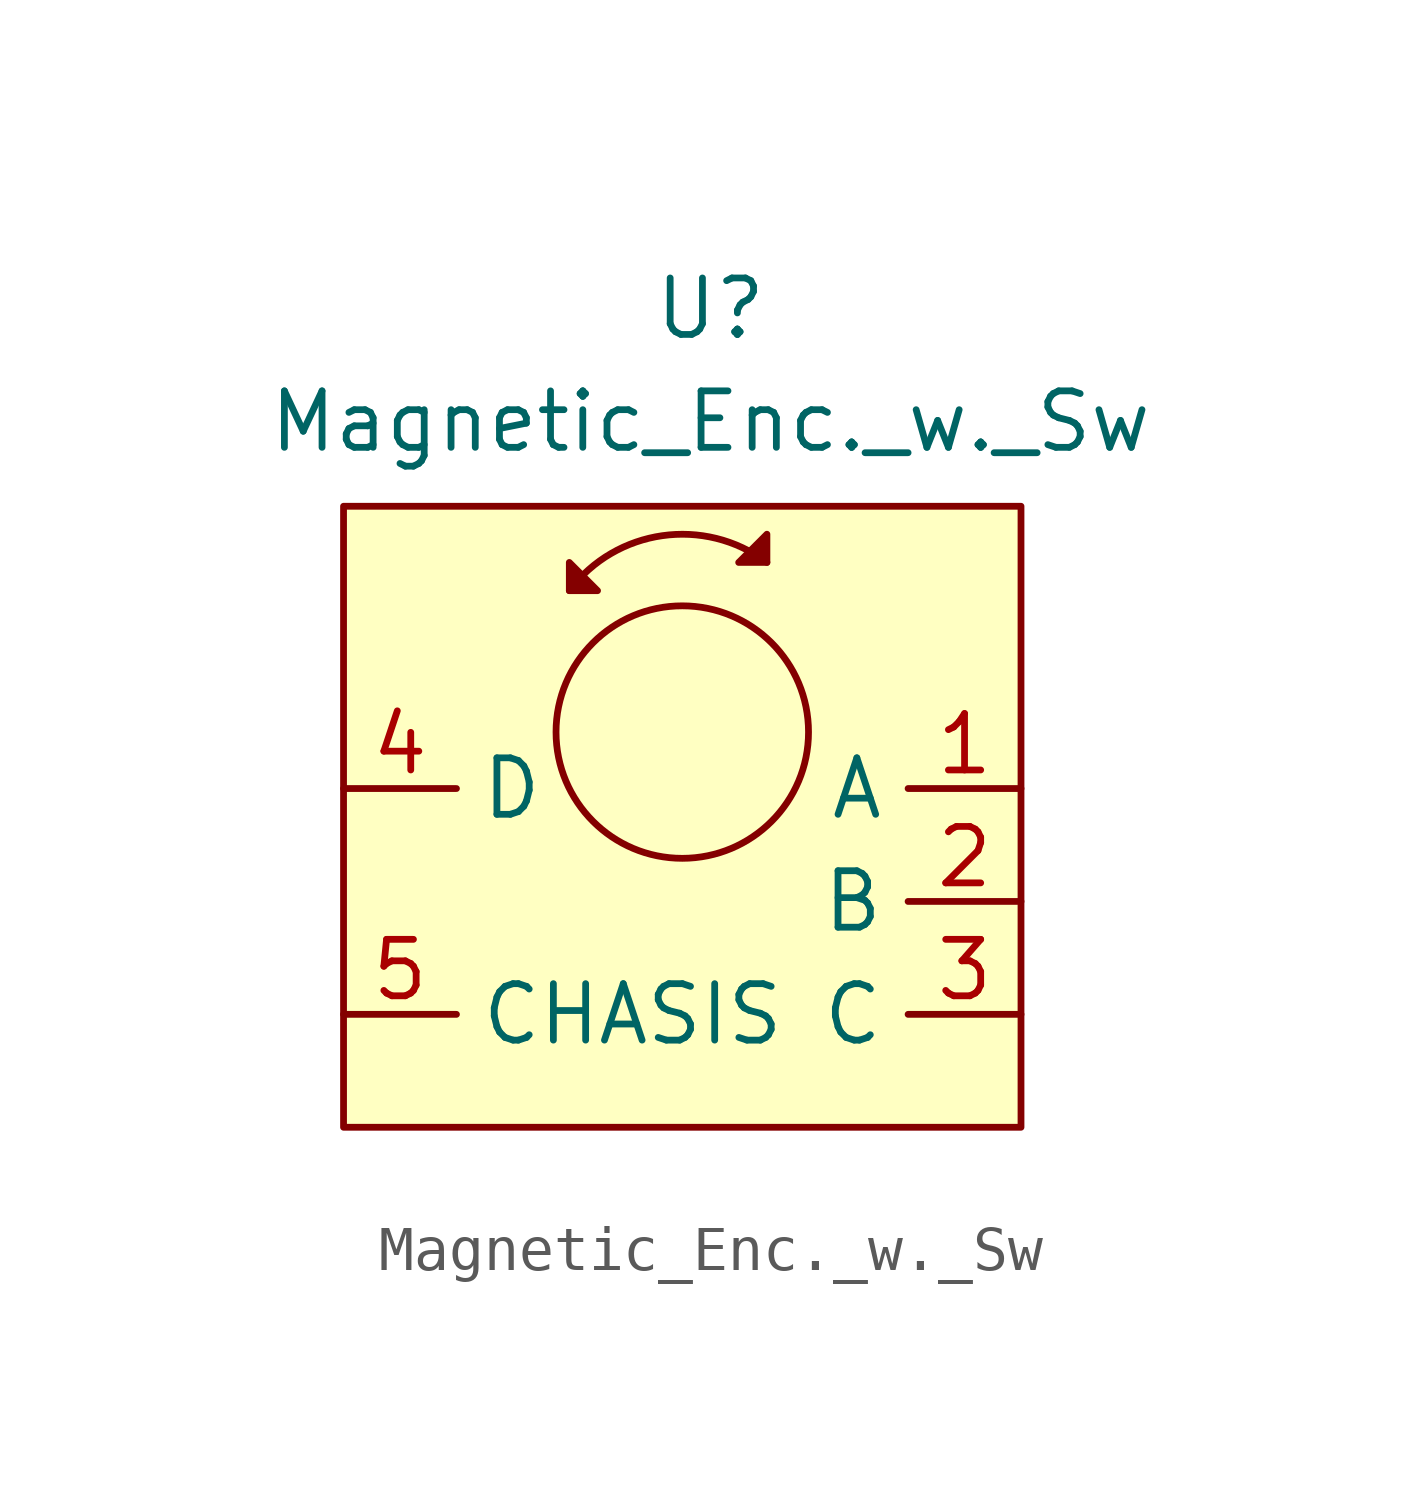
<source format=kicad_sym>
(kicad_symbol_lib
  (version 20211014)
  (generator kicad_symbol_editor)
  (symbol "Magnetic_Enc._w._Sw"
    (property "Reference" "U"
      (at 0 13.97 0)
      (effects (font (size 1.27 1.27))))
    (property "Value" "Magnetic_Enc._w._Sw"
      (at 0 11.43 0)
      (effects (font (size 1.27 1.27))))
    (symbol "Magnetic_Enc._w._Sw_0_1"
      (circle (center -0.635 4.445) (radius 2.84) (stroke (width 0) (type default) (color 0 0 0 0)) (fill (type none)))
      (polyline (pts (xy -3.176 7.626) (xy -3.176 8.261) (xy -2.541 7.626) (xy -3.176 7.626)) (stroke (width 0) (type default) (color 0 0 0 0)) (fill (type outline)))
      (polyline (pts (xy 1.269 8.261) (xy 0.634 8.261) (xy 1.269 8.896) (xy 1.269 8.261)) (stroke (width 0) (type default) (color 0 0 0 0)) (fill (type outline)))
      (arc (start 1.2691 8.2614) (mid -1.0847 8.8626) (end -3.1759 7.6264) (stroke (width 0) (type default) (color 0 0 0 0)) (fill (type none)))
      (rectangle (start 6.985 9.525) (end -8.255 -4.445) (stroke (width 0) (type default) (color 0 0 0 0)) (fill (type background))))
    (symbol "Magnetic_Enc._w._Sw_1_1"
      (pin input line (at 6.985 3.175 180) (length 2.54) (name "A" (effects (font (size 1.27 1.27)))) (number "1" (effects (font (size 1.27 1.27)))))
      (pin input line (at 6.985 0.635 180) (length 2.54) (name "B" (effects (font (size 1.27 1.27)))) (number "2" (effects (font (size 1.27 1.27)))))
      (pin input line (at 6.985 -1.905 180) (length 2.54) (name "C" (effects (font (size 1.27 1.27)))) (number "3" (effects (font (size 1.27 1.27)))))
      (pin input line (at -8.255 3.175 0) (length 2.54) (name "D" (effects (font (size 1.27 1.27)))) (number "4" (effects (font (size 1.27 1.27)))))
      (pin input line (at -8.255 -1.905 0) (length 2.54) (name "CHASIS" (effects (font (size 1.27 1.27)))) (number "5" (effects (font (size 1.27 1.27))))))))
</source>
